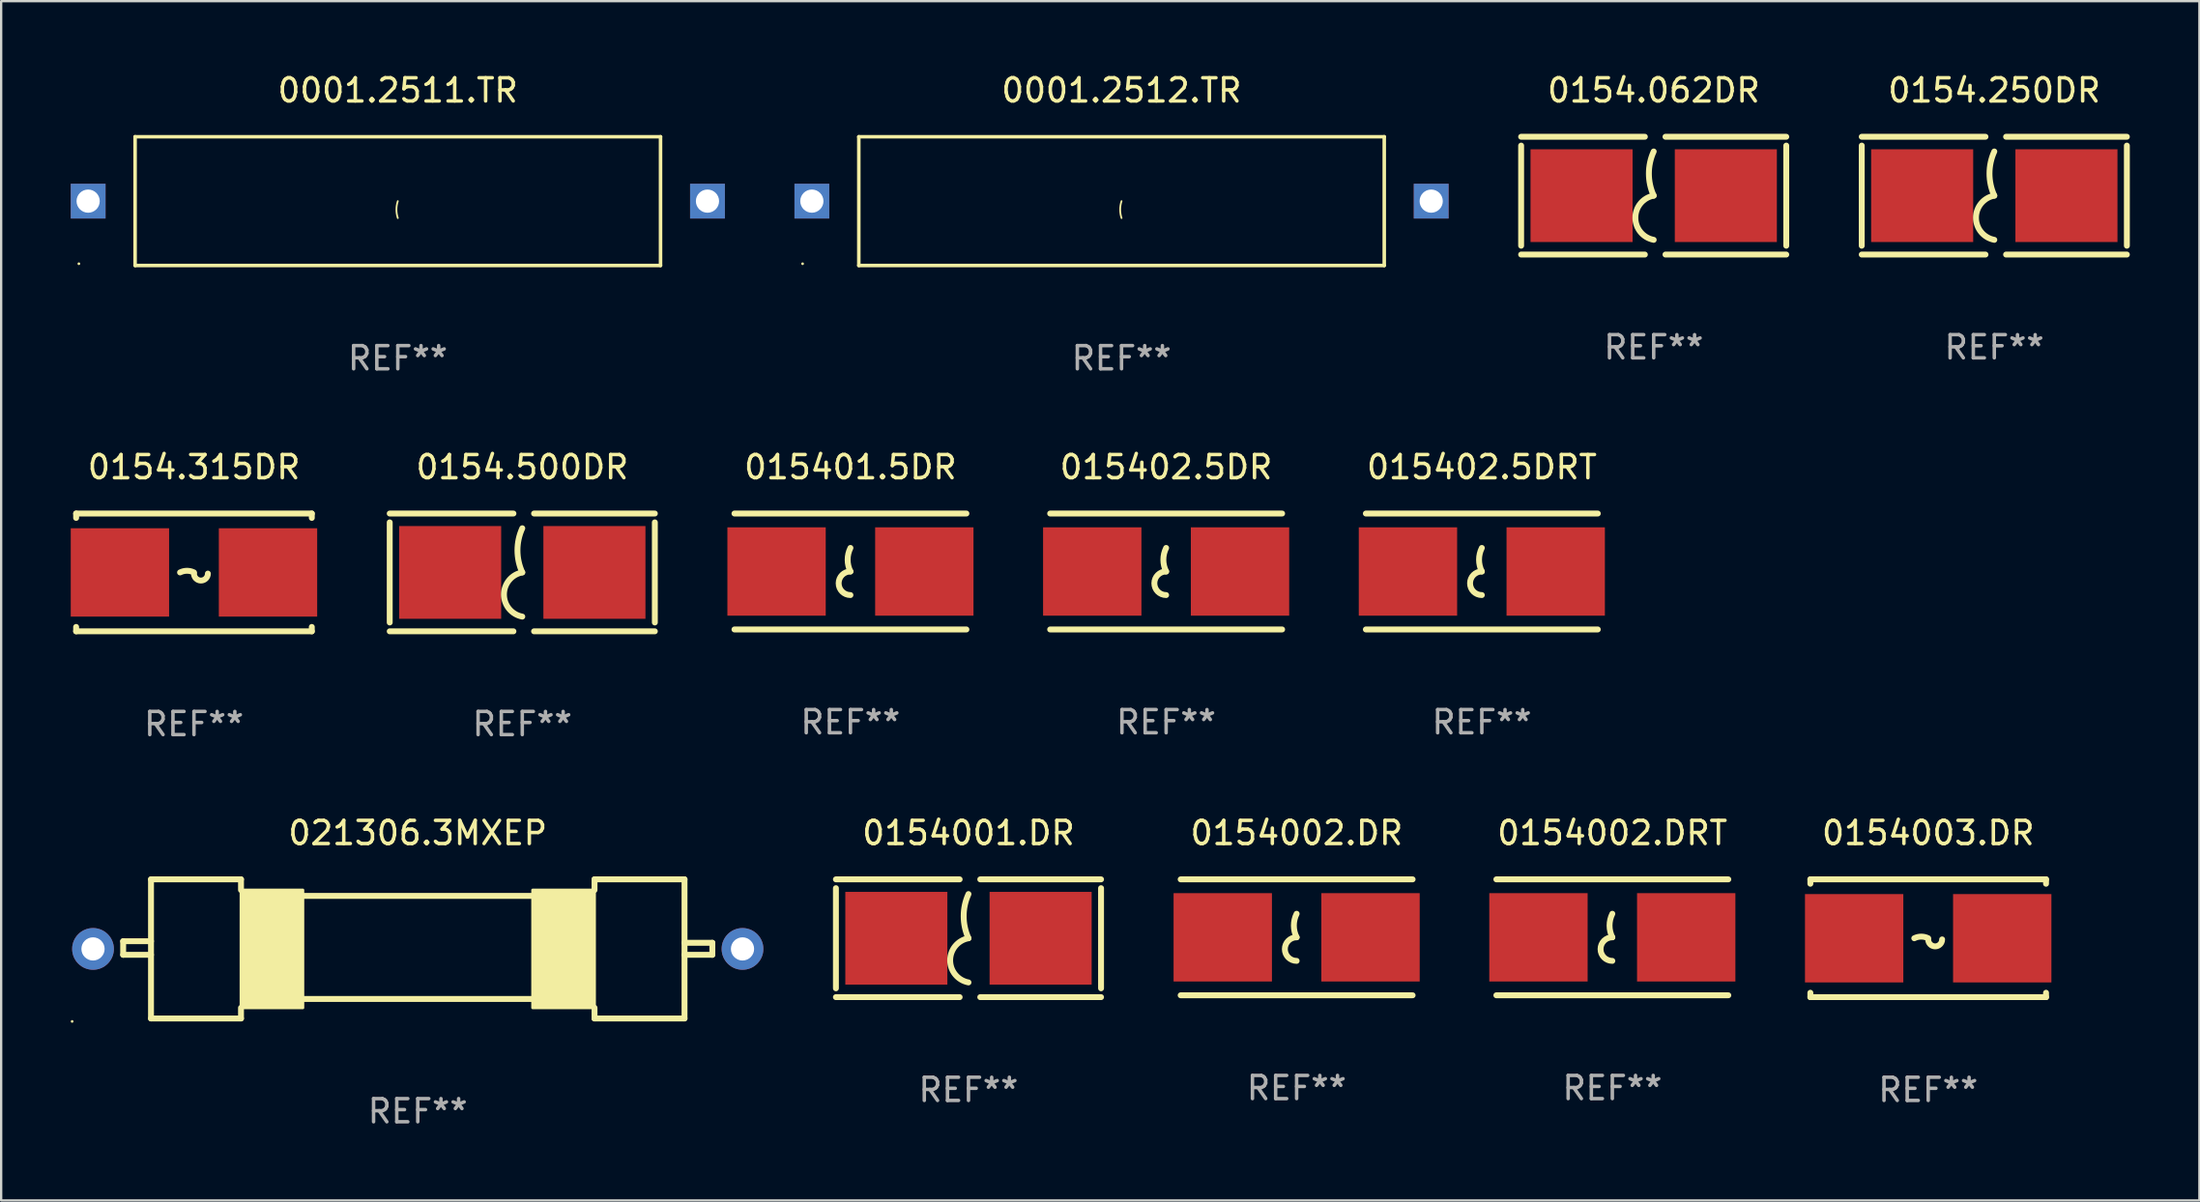
<source format=kicad_pcb>
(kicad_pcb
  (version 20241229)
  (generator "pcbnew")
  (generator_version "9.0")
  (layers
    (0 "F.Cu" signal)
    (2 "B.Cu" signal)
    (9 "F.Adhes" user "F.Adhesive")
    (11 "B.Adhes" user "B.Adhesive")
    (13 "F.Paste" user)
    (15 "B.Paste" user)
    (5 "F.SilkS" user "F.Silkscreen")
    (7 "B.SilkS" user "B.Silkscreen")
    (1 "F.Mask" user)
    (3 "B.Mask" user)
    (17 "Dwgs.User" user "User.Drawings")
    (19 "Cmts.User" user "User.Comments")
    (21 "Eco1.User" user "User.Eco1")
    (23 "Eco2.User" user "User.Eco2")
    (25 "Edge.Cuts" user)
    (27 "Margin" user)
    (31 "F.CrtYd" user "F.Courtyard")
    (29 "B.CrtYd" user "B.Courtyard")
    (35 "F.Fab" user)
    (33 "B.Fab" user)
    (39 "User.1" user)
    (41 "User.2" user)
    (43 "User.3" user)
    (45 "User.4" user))
  (footprint "0154002.DR"
    (layer "F.Cu")
    (at 52.849 37.374)
    (property "Reference" "0154002.DR" (at 0 -4.5 0) (layer "F.SilkS") (effects (font (size 1 1) (thickness 0.15))))
    (attr through_hole)
    (fp_line (start -5 -2.5) (end 5 -2.5) (stroke (width 0.254) (type solid)) (layer "F.SilkS"))
    (fp_line (start -5 2.5) (end 5 2.5) (stroke (width 0.254) (type solid)) (layer "F.SilkS"))
    (fp_arc (start 0 0) (mid -0.119923 -0.508001) (end 0 -1.016002) (stroke (width 0.254001) (type solid)) (layer "F.SilkS"))
    (fp_arc (start 0 1.016002) (mid -0.508001 0.508001) (end 0 0) (stroke (width 0.254001) (type solid)) (layer "F.SilkS"))
    (fp_circle (center -4.865 -2.515) (end -4.835 -2.515) (stroke (width 0.06) (type solid)) (fill no) (layer "F.SilkS"))
    (fp_text user "REF**" (at 0 6.5 0) (layer "F.Fab") (effects (font (size 1 1) (thickness 0.15))))
    (pad "1" smd rect (at -3.185 0) (size 4.24 3.81) (layers "F.Cu" "F.Mask" "F.Paste"))
    (pad "2" smd rect (at 3.185 0) (size 4.24 3.81) (layers "F.Cu" "F.Mask" "F.Paste")))
  (footprint "0154.500DR"
    (layer "F.Cu")
    (at 19.466 21.637)
    (property "Reference" "0154.500DR" (at 0 -4.54 0) (layer "F.SilkS") (effects (font (size 1 1) (thickness 0.15))))
    (attr through_hole)
    (fp_line (start -5.715 -2.159) (end -5.715 2.159) (stroke (width 0.254) (type solid)) (layer "F.SilkS"))
    (fp_line (start -0.381 -2.54) (end -5.715 -2.54) (stroke (width 0.254) (type solid)) (layer "F.SilkS"))
    (fp_line (start -0.381 2.54) (end -5.715 2.54) (stroke (width 0.254) (type solid)) (layer "F.SilkS"))
    (fp_line (start 0.508 -2.54) (end 5.715 -2.54) (stroke (width 0.254) (type solid)) (layer "F.SilkS"))
    (fp_line (start 5.715 -2.159) (end 5.715 2.159) (stroke (width 0.254) (type solid)) (layer "F.SilkS"))
    (fp_line (start 5.715 2.54) (end 0.508 2.54) (stroke (width 0.254) (type solid)) (layer "F.SilkS"))
    (fp_arc (start 0 0) (mid -0.20735 -0.952502) (end 0 -1.905004) (stroke (width 0.254001) (type solid)) (layer "F.SilkS"))
    (fp_arc (start 0 1.905004) (mid -0.790118 0.952502) (end -0.000001 0) (stroke (width 0.254001) (type solid)) (layer "F.SilkS"))
    (fp_circle (center -4.9 2.55) (end -4.87 2.55) (stroke (width 0.06) (type solid)) (fill no) (layer "F.SilkS"))
    (fp_text user "REF**" (at 0 6.54 0) (layer "F.Fab") (effects (font (size 1 1) (thickness 0.15))))
    (pad "1" smd rect (at -3.11 0) (size 4.4 4) (layers "F.Cu" "F.Mask" "F.Paste"))
    (pad "2" smd rect (at 3.11 0) (size 4.4 4) (layers "F.Cu" "F.Mask" "F.Paste")))
  (footprint "0154002.DRT"
    (layer "F.Cu")
    (at 66.459 37.374)
    (property "Reference" "0154002.DRT" (at 0 -4.5 0) (layer "F.SilkS") (effects (font (size 1 1) (thickness 0.15))))
    (attr through_hole)
    (fp_line (start -5 -2.5) (end 5 -2.5) (stroke (width 0.254) (type solid)) (layer "F.SilkS"))
    (fp_line (start -5 2.5) (end 5 2.5) (stroke (width 0.254) (type solid)) (layer "F.SilkS"))
    (fp_arc (start 0 0) (mid -0.119923 -0.508001) (end 0 -1.016002) (stroke (width 0.254001) (type solid)) (layer "F.SilkS"))
    (fp_arc (start 0 1.016002) (mid -0.508001 0.508001) (end 0 0) (stroke (width 0.254001) (type solid)) (layer "F.SilkS"))
    (fp_circle (center -4.865 -2.515) (end -4.835 -2.515) (stroke (width 0.06) (type solid)) (fill no) (layer "F.SilkS"))
    (fp_text user "REF**" (at 0 6.5 0) (layer "F.Fab") (effects (font (size 1 1) (thickness 0.15))))
    (pad "1" smd rect (at -3.185 0) (size 4.24 3.81) (layers "F.Cu" "F.Mask" "F.Paste"))
    (pad "2" smd rect (at 3.185 0) (size 4.24 3.81) (layers "F.Cu" "F.Mask" "F.Paste")))
  (footprint "0154.062DR"
    (layer "F.Cu")
    (at 68.242 5.388)
    (property "Reference" "0154.062DR" (at 0 -4.54 0) (layer "F.SilkS") (effects (font (size 1 1) (thickness 0.15))))
    (attr through_hole)
    (fp_line (start -5.715 -2.159) (end -5.715 2.159) (stroke (width 0.254) (type solid)) (layer "F.SilkS"))
    (fp_line (start -0.381 -2.54) (end -5.715 -2.54) (stroke (width 0.254) (type solid)) (layer "F.SilkS"))
    (fp_line (start -0.381 2.54) (end -5.715 2.54) (stroke (width 0.254) (type solid)) (layer "F.SilkS"))
    (fp_line (start 0.508 -2.54) (end 5.715 -2.54) (stroke (width 0.254) (type solid)) (layer "F.SilkS"))
    (fp_line (start 5.715 -2.159) (end 5.715 2.159) (stroke (width 0.254) (type solid)) (layer "F.SilkS"))
    (fp_line (start 5.715 2.54) (end 0.508 2.54) (stroke (width 0.254) (type solid)) (layer "F.SilkS"))
    (fp_arc (start 0 0) (mid -0.20735 -0.952502) (end 0 -1.905004) (stroke (width 0.254001) (type solid)) (layer "F.SilkS"))
    (fp_arc (start 0 1.905004) (mid -0.790118 0.952502) (end -0.000001 0) (stroke (width 0.254001) (type solid)) (layer "F.SilkS"))
    (fp_circle (center -4.9 2.55) (end -4.87 2.55) (stroke (width 0.06) (type solid)) (fill no) (layer "F.SilkS"))
    (fp_text user "REF**" (at 0 6.54 0) (layer "F.Fab") (effects (font (size 1 1) (thickness 0.15))))
    (pad "1" smd rect (at -3.11 0) (size 4.4 4) (layers "F.Cu" "F.Mask" "F.Paste"))
    (pad "2" smd rect (at 3.11 0) (size 4.4 4) (layers "F.Cu" "F.Mask" "F.Paste")))
  (footprint "0001.2512.TR"
    (layer "F.Cu")
    (at 45.3 5.624)
    (property "Reference" "0001.2512.TR" (at 0 -4.776 0) (layer "F.SilkS") (effects (font (size 1 1) (thickness 0.15))))
    (attr through_hole)
    (fp_line (start -11.326 -2.776) (end 11.326 -2.776) (stroke (width 0.152) (type solid)) (layer "F.SilkS"))
    (fp_line (start -11.326 2.776) (end -11.326 -2.776) (stroke (width 0.152) (type solid)) (layer "F.SilkS"))
    (fp_line (start 11.326 -2.776) (end 11.326 2.776) (stroke (width 0.152) (type solid)) (layer "F.SilkS"))
    (fp_line (start 11.326 2.776) (end -11.326 2.776) (stroke (width 0.152) (type solid)) (layer "F.SilkS"))
    (fp_arc (start 0 0.73095) (mid -0.059308 0.365475) (end 0 0) (stroke (width 0.0762) (type solid)) (layer "F.SilkS"))
    (fp_circle (center -13.75 2.7) (end -13.72 2.7) (stroke (width 0.06) (type solid)) (fill no) (layer "F.SilkS"))
    (fp_text user "REF**" (at 0 6.776 0) (layer "F.Fab") (effects (font (size 1 1) (thickness 0.15))))
    (pad "1" thru_hole rect (at -13.35 0) (size 1.5 1.5) (drill 1) (layers "*.Cu" "*.Mask"))
    (pad "2" thru_hole rect (at 13.35 0 180) (size 1.5 1.5) (drill 1) (layers "*.Cu" "*.Mask")))
  (footprint "015402.5DR"
    (layer "F.Cu")
    (at 47.223 21.597)
    (property "Reference" "015402.5DR" (at 0 -4.5 0) (layer "F.SilkS") (effects (font (size 1 1) (thickness 0.15))))
    (attr through_hole)
    (fp_line (start -5 -2.5) (end 5 -2.5) (stroke (width 0.254) (type solid)) (layer "F.SilkS"))
    (fp_line (start -5 2.5) (end 5 2.5) (stroke (width 0.254) (type solid)) (layer "F.SilkS"))
    (fp_arc (start 0 0) (mid -0.119923 -0.508001) (end 0 -1.016002) (stroke (width 0.254001) (type solid)) (layer "F.SilkS"))
    (fp_arc (start 0 1.016002) (mid -0.508001 0.508001) (end 0 0) (stroke (width 0.254001) (type solid)) (layer "F.SilkS"))
    (fp_circle (center -4.865 -2.515) (end -4.835 -2.515) (stroke (width 0.06) (type solid)) (fill no) (layer "F.SilkS"))
    (fp_text user "REF**" (at 0 6.5 0) (layer "F.Fab") (effects (font (size 1 1) (thickness 0.15))))
    (pad "1" smd rect (at -3.185 0) (size 4.24 3.81) (layers "F.Cu" "F.Mask" "F.Paste"))
    (pad "2" smd rect (at 3.185 0) (size 4.24 3.81) (layers "F.Cu" "F.Mask" "F.Paste")))
  (footprint "0001.2511.TR"
    (layer "F.Cu")
    (at 14.1 5.624)
    (property "Reference" "0001.2511.TR" (at 0 -4.776 0) (layer "F.SilkS") (effects (font (size 1 1) (thickness 0.15))))
    (attr through_hole)
    (fp_line (start -11.326 -2.776) (end 11.326 -2.776) (stroke (width 0.152) (type solid)) (layer "F.SilkS"))
    (fp_line (start -11.326 2.776) (end -11.326 -2.776) (stroke (width 0.152) (type solid)) (layer "F.SilkS"))
    (fp_line (start 11.326 -2.776) (end 11.326 2.776) (stroke (width 0.152) (type solid)) (layer "F.SilkS"))
    (fp_line (start 11.326 2.776) (end -11.326 2.776) (stroke (width 0.152) (type solid)) (layer "F.SilkS"))
    (fp_arc (start 0 0.73095) (mid -0.059308 0.365475) (end 0 0) (stroke (width 0.0762) (type solid)) (layer "F.SilkS"))
    (fp_circle (center -13.75 2.7) (end -13.72 2.7) (stroke (width 0.06) (type solid)) (fill no) (layer "F.SilkS"))
    (fp_text user "REF**" (at 0 6.776 0) (layer "F.Fab") (effects (font (size 1 1) (thickness 0.15))))
    (pad "1" thru_hole rect (at -13.35 0) (size 1.5 1.5) (drill 1) (layers "*.Cu" "*.Mask"))
    (pad "2" thru_hole rect (at 13.35 0 180) (size 1.5 1.5) (drill 1) (layers "*.Cu" "*.Mask")))
  (footprint "0154.250DR"
    (layer "F.Cu")
    (at 82.926 5.388)
    (property "Reference" "0154.250DR" (at 0 -4.54 0) (layer "F.SilkS") (effects (font (size 1 1) (thickness 0.15))))
    (attr through_hole)
    (fp_line (start -5.715 -2.159) (end -5.715 2.159) (stroke (width 0.254) (type solid)) (layer "F.SilkS"))
    (fp_line (start -0.381 -2.54) (end -5.715 -2.54) (stroke (width 0.254) (type solid)) (layer "F.SilkS"))
    (fp_line (start -0.381 2.54) (end -5.715 2.54) (stroke (width 0.254) (type solid)) (layer "F.SilkS"))
    (fp_line (start 0.508 -2.54) (end 5.715 -2.54) (stroke (width 0.254) (type solid)) (layer "F.SilkS"))
    (fp_line (start 5.715 -2.159) (end 5.715 2.159) (stroke (width 0.254) (type solid)) (layer "F.SilkS"))
    (fp_line (start 5.715 2.54) (end 0.508 2.54) (stroke (width 0.254) (type solid)) (layer "F.SilkS"))
    (fp_arc (start 0 0) (mid -0.20735 -0.952502) (end 0 -1.905004) (stroke (width 0.254001) (type solid)) (layer "F.SilkS"))
    (fp_arc (start 0 1.905004) (mid -0.790118 0.952502) (end -0.000001 0) (stroke (width 0.254001) (type solid)) (layer "F.SilkS"))
    (fp_circle (center -4.9 2.55) (end -4.87 2.55) (stroke (width 0.06) (type solid)) (fill no) (layer "F.SilkS"))
    (fp_text user "REF**" (at 0 6.54 0) (layer "F.Fab") (effects (font (size 1 1) (thickness 0.15))))
    (pad "1" smd rect (at -3.11 0) (size 4.4 4) (layers "F.Cu" "F.Mask" "F.Paste"))
    (pad "2" smd rect (at 3.11 0) (size 4.4 4) (layers "F.Cu" "F.Mask" "F.Paste")))
  (footprint "021306.3MXEP"
    (layer "F.Cu")
    (at 14.96 37.874)
    (property "Reference" "021306.3MXEP" (at 0 -5 0) (layer "F.SilkS") (effects (font (size 1 1) (thickness 0.15))))
    (attr through_hole)
    (fp_line (start -12.7 -0.332) (end -12.7 0.254) (stroke (width 0.254) (type solid)) (layer "F.SilkS"))
    (fp_line (start -12.7 0.254) (end -11.5 0.254) (stroke (width 0.254) (type solid)) (layer "F.SilkS"))
    (fp_line (start -11.5 -3) (end -11.5 3) (stroke (width 0.254) (type solid)) (layer "F.SilkS"))
    (fp_line (start -11.5 -3) (end -7.62 -3) (stroke (width 0.254) (type solid)) (layer "F.SilkS"))
    (fp_line (start -11.5 -0.332) (end -12.7 -0.332) (stroke (width 0.254) (type solid)) (layer "F.SilkS"))
    (fp_line (start -7.62 -2.54) (end -7.62 -3) (stroke (width 0.254) (type solid)) (layer "F.SilkS"))
    (fp_line (start -7.62 2.54) (end -7.62 3) (stroke (width 0.254) (type solid)) (layer "F.SilkS"))
    (fp_line (start -7.62 3) (end -11.5 3) (stroke (width 0.254) (type solid)) (layer "F.SilkS"))
    (fp_line (start -4.953 -2.286) (end 4.953 -2.286) (stroke (width 0.254) (type solid)) (layer "F.SilkS"))
    (fp_line (start -4.953 2.159) (end 4.953 2.159) (stroke (width 0.254) (type solid)) (layer "F.SilkS"))
    (fp_line (start 7.62 -3) (end 11.5 -3) (stroke (width 0.254) (type solid)) (layer "F.SilkS"))
    (fp_line (start 7.62 -2.54) (end 7.62 -3) (stroke (width 0.254) (type solid)) (layer "F.SilkS"))
    (fp_line (start 7.62 2.54) (end 7.62 3) (stroke (width 0.254) (type solid)) (layer "F.SilkS"))
    (fp_line (start 7.62 3) (end 11.5 3) (stroke (width 0.254) (type solid)) (layer "F.SilkS"))
    (fp_line (start 11.5 -3) (end 11.5 3) (stroke (width 0.254) (type solid)) (layer "F.SilkS"))
    (fp_line (start 11.5 -0.264) (end 12.7 -0.264) (stroke (width 0.254) (type solid)) (layer "F.SilkS"))
    (fp_line (start 12.7 -0.264) (end 12.7 0.254) (stroke (width 0.254) (type solid)) (layer "F.SilkS"))
    (fp_line (start 12.7 0.254) (end 11.5 0.254) (stroke (width 0.254) (type solid)) (layer "F.SilkS"))
    (fp_circle (center -14.9 3.127) (end -14.87 3.127) (stroke (width 0.06) (type solid)) (fill no) (layer "F.SilkS"))
    (fp_poly (pts (xy -7.62 -2.54) (xy -4.953 -2.54) (xy -4.953 2.54) (xy -7.62 2.54)) (stroke (width 0.12) (type solid)) (fill yes) (layer "F.SilkS"))
    (fp_poly (pts (xy 4.953 -2.54) (xy 7.62 -2.54) (xy 7.62 2.54) (xy 4.953 2.54)) (stroke (width 0.12) (type solid)) (fill yes) (layer "F.SilkS"))
    (fp_text user "REF**" (at 0 7 0) (layer "F.Fab") (effects (font (size 1 1) (thickness 0.15))))
    (pad "1" thru_hole circle (at -14 0) (size 1.8 1.8) (drill 1) (layers "*.Cu" "*.Mask"))
    (pad "2" thru_hole circle (at 14 0) (size 1.8 1.8) (drill 1) (layers "*.Cu" "*.Mask")))
  (footprint "0154001.DR"
    (layer "F.Cu")
    (at 38.702 37.414)
    (property "Reference" "0154001.DR" (at 0 -4.54 0) (layer "F.SilkS") (effects (font (size 1 1) (thickness 0.15))))
    (attr through_hole)
    (fp_line (start -5.715 -2.159) (end -5.715 2.159) (stroke (width 0.254) (type solid)) (layer "F.SilkS"))
    (fp_line (start -0.381 -2.54) (end -5.715 -2.54) (stroke (width 0.254) (type solid)) (layer "F.SilkS"))
    (fp_line (start -0.381 2.54) (end -5.715 2.54) (stroke (width 0.254) (type solid)) (layer "F.SilkS"))
    (fp_line (start 0.508 -2.54) (end 5.715 -2.54) (stroke (width 0.254) (type solid)) (layer "F.SilkS"))
    (fp_line (start 5.715 -2.159) (end 5.715 2.159) (stroke (width 0.254) (type solid)) (layer "F.SilkS"))
    (fp_line (start 5.715 2.54) (end 0.508 2.54) (stroke (width 0.254) (type solid)) (layer "F.SilkS"))
    (fp_arc (start 0 0) (mid -0.20735 -0.952502) (end 0 -1.905004) (stroke (width 0.254001) (type solid)) (layer "F.SilkS"))
    (fp_arc (start 0 1.905004) (mid -0.790118 0.952502) (end -0.000001 0) (stroke (width 0.254001) (type solid)) (layer "F.SilkS"))
    (fp_circle (center -4.9 2.55) (end -4.87 2.55) (stroke (width 0.06) (type solid)) (fill no) (layer "F.SilkS"))
    (fp_text user "REF**" (at 0 6.54 0) (layer "F.Fab") (effects (font (size 1 1) (thickness 0.15))))
    (pad "1" smd rect (at -3.11 0) (size 4.4 4) (layers "F.Cu" "F.Mask" "F.Paste"))
    (pad "2" smd rect (at 3.11 0) (size 4.4 4) (layers "F.Cu" "F.Mask" "F.Paste")))
  (footprint "0154003.DR"
    (layer "F.Cu")
    (at 80.076 37.414)
    (property "Reference" "0154003.DR" (at 0 -4.54 0) (layer "F.SilkS") (effects (font (size 1 1) (thickness 0.15))))
    (attr through_hole)
    (fp_line (start -5.08 -2.54) (end 5.08 -2.54) (stroke (width 0.254) (type solid)) (layer "F.SilkS"))
    (fp_line (start -5.08 -2.351) (end -5.08 -2.54) (stroke (width 0.254) (type solid)) (layer "F.SilkS"))
    (fp_line (start -5.08 2.54) (end -5.08 2.351) (stroke (width 0.254) (type solid)) (layer "F.SilkS"))
    (fp_line (start 5.08 -2.54) (end 5.08 -2.351) (stroke (width 0.254) (type solid)) (layer "F.SilkS"))
    (fp_line (start 5.08 2.351) (end 5.08 2.54) (stroke (width 0.254) (type solid)) (layer "F.SilkS"))
    (fp_line (start 5.08 2.54) (end -5.08 2.54) (stroke (width 0.254) (type solid)) (layer "F.SilkS"))
    (fp_arc (start -0.6 0) (mid -0.299987 -0.070825) (end 0.000026 0) (stroke (width 0.254001) (type solid)) (layer "F.SilkS"))
    (fp_arc (start 0.600051 0.050064) (mid 0.300038 0.350064) (end 0.000025 0.050063) (stroke (width 0.254001) (type solid)) (layer "F.SilkS"))
    (fp_circle (center -4.912 2.515) (end -4.882 2.515) (stroke (width 0.06) (type solid)) (fill no) (layer "F.SilkS"))
    (fp_text user "REF**" (at 0 6.54 0) (layer "F.Fab") (effects (font (size 1 1) (thickness 0.15))))
    (pad "1" smd rect (at -3.192 0) (size 4.24 3.81) (layers "F.Cu" "F.Mask" "F.Paste"))
    (pad "2" smd rect (at 3.192 0) (size 4.24 3.81) (layers "F.Cu" "F.Mask" "F.Paste")))
  (footprint "0154.315DR"
    (layer "F.Cu")
    (at 5.312 21.637)
    (property "Reference" "0154.315DR" (at 0 -4.54 0) (layer "F.SilkS") (effects (font (size 1 1) (thickness 0.15))))
    (attr through_hole)
    (fp_line (start -5.08 -2.54) (end 5.08 -2.54) (stroke (width 0.254) (type solid)) (layer "F.SilkS"))
    (fp_line (start -5.08 -2.351) (end -5.08 -2.54) (stroke (width 0.254) (type solid)) (layer "F.SilkS"))
    (fp_line (start -5.08 2.54) (end -5.08 2.351) (stroke (width 0.254) (type solid)) (layer "F.SilkS"))
    (fp_line (start 5.08 -2.54) (end 5.08 -2.351) (stroke (width 0.254) (type solid)) (layer "F.SilkS"))
    (fp_line (start 5.08 2.351) (end 5.08 2.54) (stroke (width 0.254) (type solid)) (layer "F.SilkS"))
    (fp_line (start 5.08 2.54) (end -5.08 2.54) (stroke (width 0.254) (type solid)) (layer "F.SilkS"))
    (fp_arc (start -0.6 0) (mid -0.299987 -0.070825) (end 0.000026 0) (stroke (width 0.254001) (type solid)) (layer "F.SilkS"))
    (fp_arc (start 0.600051 0.050064) (mid 0.300038 0.350064) (end 0.000025 0.050063) (stroke (width 0.254001) (type solid)) (layer "F.SilkS"))
    (fp_circle (center -4.912 2.515) (end -4.882 2.515) (stroke (width 0.06) (type solid)) (fill no) (layer "F.SilkS"))
    (fp_text user "REF**" (at 0 6.54 0) (layer "F.Fab") (effects (font (size 1 1) (thickness 0.15))))
    (pad "1" smd rect (at -3.192 0) (size 4.24 3.81) (layers "F.Cu" "F.Mask" "F.Paste"))
    (pad "2" smd rect (at 3.192 0) (size 4.24 3.81) (layers "F.Cu" "F.Mask" "F.Paste")))
  (footprint "015402.5DRT"
    (layer "F.Cu")
    (at 60.833 21.597)
    (property "Reference" "015402.5DRT" (at 0 -4.5 0) (layer "F.SilkS") (effects (font (size 1 1) (thickness 0.15))))
    (attr through_hole)
    (fp_line (start -5 -2.5) (end 5 -2.5) (stroke (width 0.254) (type solid)) (layer "F.SilkS"))
    (fp_line (start -5 2.5) (end 5 2.5) (stroke (width 0.254) (type solid)) (layer "F.SilkS"))
    (fp_arc (start 0 0) (mid -0.119923 -0.508001) (end 0 -1.016002) (stroke (width 0.254001) (type solid)) (layer "F.SilkS"))
    (fp_arc (start 0 1.016002) (mid -0.508001 0.508001) (end 0 0) (stroke (width 0.254001) (type solid)) (layer "F.SilkS"))
    (fp_circle (center -4.865 -2.515) (end -4.835 -2.515) (stroke (width 0.06) (type solid)) (fill no) (layer "F.SilkS"))
    (fp_text user "REF**" (at 0 6.5 0) (layer "F.Fab") (effects (font (size 1 1) (thickness 0.15))))
    (pad "1" smd rect (at -3.185 0) (size 4.24 3.81) (layers "F.Cu" "F.Mask" "F.Paste"))
    (pad "2" smd rect (at 3.185 0) (size 4.24 3.81) (layers "F.Cu" "F.Mask" "F.Paste")))
  (footprint "015401.5DR"
    (layer "F.Cu")
    (at 33.613 21.597)
    (property "Reference" "015401.5DR" (at 0 -4.5 0) (layer "F.SilkS") (effects (font (size 1 1) (thickness 0.15))))
    (attr through_hole)
    (fp_line (start -5 -2.5) (end 5 -2.5) (stroke (width 0.254) (type solid)) (layer "F.SilkS"))
    (fp_line (start -5 2.5) (end 5 2.5) (stroke (width 0.254) (type solid)) (layer "F.SilkS"))
    (fp_arc (start 0 0) (mid -0.119923 -0.508001) (end 0 -1.016002) (stroke (width 0.254001) (type solid)) (layer "F.SilkS"))
    (fp_arc (start 0 1.016002) (mid -0.508001 0.508001) (end 0 0) (stroke (width 0.254001) (type solid)) (layer "F.SilkS"))
    (fp_circle (center -4.865 -2.515) (end -4.835 -2.515) (stroke (width 0.06) (type solid)) (fill no) (layer "F.SilkS"))
    (fp_text user "REF**" (at 0 6.5 0) (layer "F.Fab") (effects (font (size 1 1) (thickness 0.15))))
    (pad "1" smd rect (at -3.185 0) (size 4.24 3.81) (layers "F.Cu" "F.Mask" "F.Paste"))
    (pad "2" smd rect (at 3.185 0) (size 4.24 3.81) (layers "F.Cu" "F.Mask" "F.Paste")))
  (gr_rect
    (start -3 -3)
    (end 91.768 48.722)
    (stroke (width 0.1) (type default))
    (fill no)
    (layer "Edge.Cuts")))
</source>
